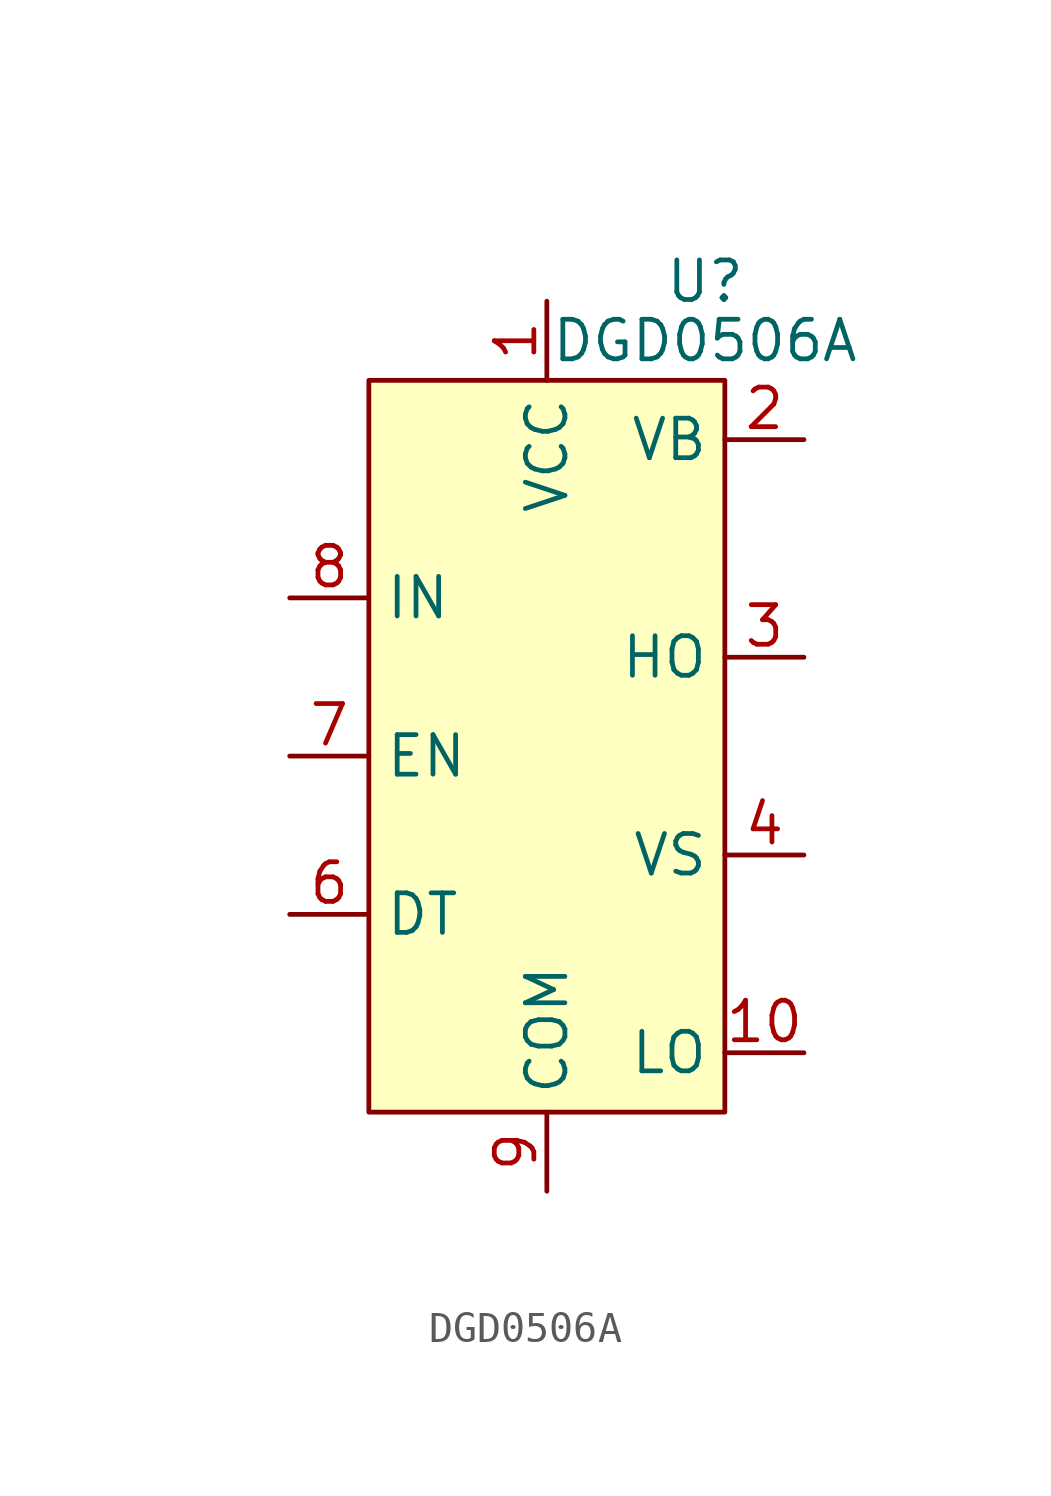
<source format=kicad_sym>
(kicad_symbol_lib
  (version 20231120)
  (generator "kicad_symbol_editor")
  (generator_version "8.0")
  (symbol "DGD0506A"
    (property "Reference" "U"
      (at 5.08 1.27 0)
      (effects (font (size 1.27 1.27))))
    (property "Value" "DGD0506A"
      (at 5.08 -0.635 0)
      (effects (font (size 1.27 1.27))))
    (symbol "DGD0506A_1_1"
      (rectangle (start -5.715 -1.905) (end 5.715 -25.4) (stroke (width 0) (type default)) (fill (type background)))
      (pin power_in line (at 0 0.635 270) (length 2.54) (name "VCC" (effects (font (size 1.27 1.27)))) (number "1" (effects (font (size 1.27 1.27)))))
      (pin output line (at 8.255 -23.495 180) (length 2.54) (name "LO" (effects (font (size 1.27 1.27)))) (number "10" (effects (font (size 1.27 1.27)))))
      (pin input line (at 8.255 -3.81 180) (length 2.54) (name "VB" (effects (font (size 1.27 1.27)))) (number "2" (effects (font (size 1.27 1.27)))))
      (pin output line (at 8.255 -10.795 180) (length 2.54) (name "HO" (effects (font (size 1.27 1.27)))) (number "3" (effects (font (size 1.27 1.27)))))
      (pin output line (at 8.255 -17.145 180) (length 2.54) (name "VS" (effects (font (size 1.27 1.27)))) (number "4" (effects (font (size 1.27 1.27)))))
      (pin no_connect line (at -11.43 3.175 0) (length 2.54) hide (name "NC" (effects (font (size 1.27 1.27)))) (number "5" (effects (font (size 1.27 1.27)))))
      (pin passive line (at -8.255 -19.05 0) (length 2.54) (name "DT" (effects (font (size 1.27 1.27)))) (number "6" (effects (font (size 1.27 1.27)))))
      (pin input line (at -8.255 -13.97 0) (length 2.54) (name "EN" (effects (font (size 1.27 1.27)))) (number "7" (effects (font (size 1.27 1.27)))))
      (pin input line (at -8.255 -8.89 0) (length 2.54) (name "IN" (effects (font (size 1.27 1.27)))) (number "8" (effects (font (size 1.27 1.27)))))
      (pin power_in line (at 0 -27.94 90) (length 2.54) (name "COM" (effects (font (size 1.27 1.27)))) (number "9" (effects (font (size 1.27 1.27))))))))
</source>
